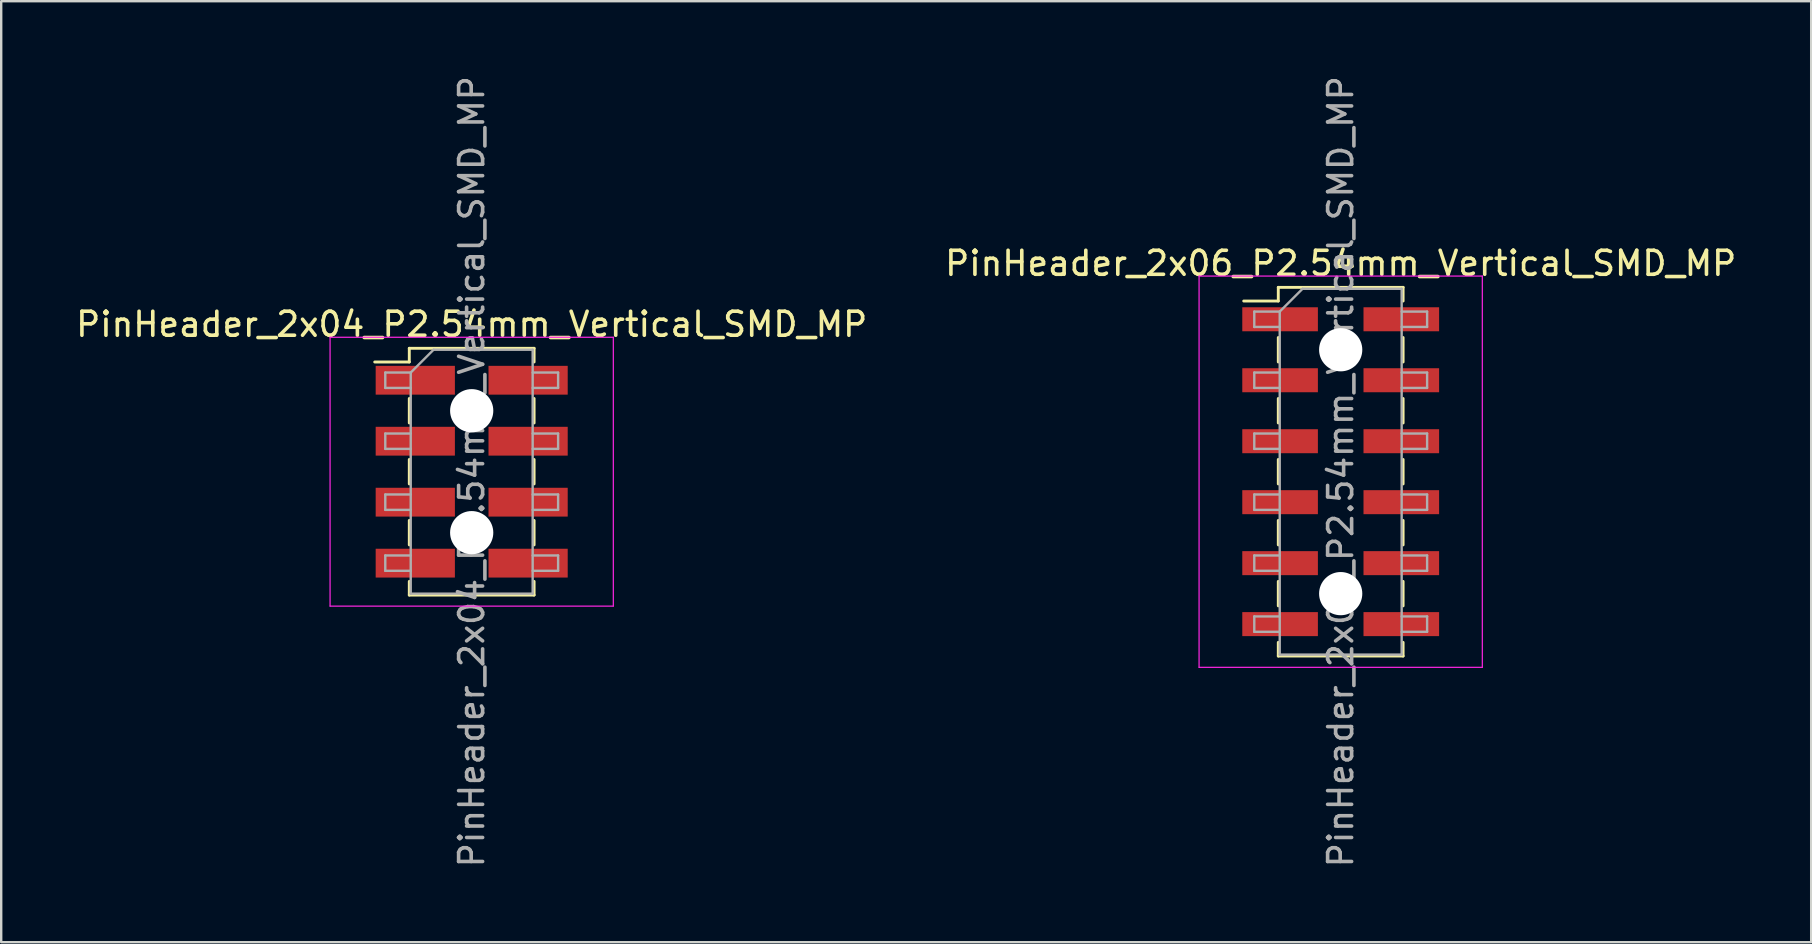
<source format=kicad_pcb>
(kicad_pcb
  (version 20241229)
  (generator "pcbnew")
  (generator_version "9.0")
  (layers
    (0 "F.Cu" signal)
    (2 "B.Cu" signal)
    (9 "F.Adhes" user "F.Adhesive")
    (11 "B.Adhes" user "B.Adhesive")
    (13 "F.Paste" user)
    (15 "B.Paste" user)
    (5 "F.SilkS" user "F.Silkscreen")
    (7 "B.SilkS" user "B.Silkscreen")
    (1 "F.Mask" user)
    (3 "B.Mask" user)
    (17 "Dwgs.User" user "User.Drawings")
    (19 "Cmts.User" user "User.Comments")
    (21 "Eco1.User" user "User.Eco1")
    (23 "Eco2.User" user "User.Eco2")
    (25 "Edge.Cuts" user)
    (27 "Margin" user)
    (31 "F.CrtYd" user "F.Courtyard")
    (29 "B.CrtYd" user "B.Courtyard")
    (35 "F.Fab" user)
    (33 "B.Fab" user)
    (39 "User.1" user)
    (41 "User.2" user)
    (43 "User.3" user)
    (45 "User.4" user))
  (footprint "PinHeader_2x04_P2.54mm_Vertical_SMD_MP"
    (layer "F.Cu")
    (at 16.601 16.601)
    (property "Reference" "PinHeader_2x04_P2.54mm_Vertical_SMD_MP" (at 0 -6.14 0) (layer "F.SilkS") (effects (font (size 1 1) (thickness 0.15))))
    (attr smd)
    (fp_line (start -4.04 -4.57) (end -2.6 -4.57) (stroke (width 0.12) (type solid)) (layer "F.SilkS"))
    (fp_line (start -2.6 -5.14) (end -2.6 -4.57) (stroke (width 0.12) (type solid)) (layer "F.SilkS"))
    (fp_line (start -2.6 -5.14) (end 2.6 -5.14) (stroke (width 0.12) (type solid)) (layer "F.SilkS"))
    (fp_line (start -2.6 -3.05) (end -2.6 -2.03) (stroke (width 0.12) (type solid)) (layer "F.SilkS"))
    (fp_line (start -2.6 -0.51) (end -2.6 0.51) (stroke (width 0.12) (type solid)) (layer "F.SilkS"))
    (fp_line (start -2.6 2.03) (end -2.6 3.05) (stroke (width 0.12) (type solid)) (layer "F.SilkS"))
    (fp_line (start -2.6 4.57) (end -2.6 5.14) (stroke (width 0.12) (type solid)) (layer "F.SilkS"))
    (fp_line (start -2.6 5.14) (end 2.6 5.14) (stroke (width 0.12) (type solid)) (layer "F.SilkS"))
    (fp_line (start 2.6 -5.14) (end 2.6 -4.57) (stroke (width 0.12) (type solid)) (layer "F.SilkS"))
    (fp_line (start 2.6 -3.05) (end 2.6 -2.03) (stroke (width 0.12) (type solid)) (layer "F.SilkS"))
    (fp_line (start 2.6 -0.51) (end 2.6 0.51) (stroke (width 0.12) (type solid)) (layer "F.SilkS"))
    (fp_line (start 2.6 2.03) (end 2.6 3.05) (stroke (width 0.12) (type solid)) (layer "F.SilkS"))
    (fp_line (start 2.6 4.57) (end 2.6 5.14) (stroke (width 0.12) (type solid)) (layer "F.SilkS"))
    (fp_line (start -5.9 -5.6) (end -5.9 5.6) (stroke (width 0.05) (type solid)) (layer "F.CrtYd"))
    (fp_line (start -5.9 5.6) (end 5.9 5.6) (stroke (width 0.05) (type solid)) (layer "F.CrtYd"))
    (fp_line (start 5.9 -5.6) (end -5.9 -5.6) (stroke (width 0.05) (type solid)) (layer "F.CrtYd"))
    (fp_line (start 5.9 5.6) (end 5.9 -5.6) (stroke (width 0.05) (type solid)) (layer "F.CrtYd"))
    (fp_line (start -3.6 -4.13) (end -3.6 -3.49) (stroke (width 0.1) (type solid)) (layer "F.Fab"))
    (fp_line (start -3.6 -3.49) (end -2.54 -3.49) (stroke (width 0.1) (type solid)) (layer "F.Fab"))
    (fp_line (start -3.6 -1.59) (end -3.6 -0.95) (stroke (width 0.1) (type solid)) (layer "F.Fab"))
    (fp_line (start -3.6 -0.95) (end -2.54 -0.95) (stroke (width 0.1) (type solid)) (layer "F.Fab"))
    (fp_line (start -3.6 0.95) (end -3.6 1.59) (stroke (width 0.1) (type solid)) (layer "F.Fab"))
    (fp_line (start -3.6 1.59) (end -2.54 1.59) (stroke (width 0.1) (type solid)) (layer "F.Fab"))
    (fp_line (start -3.6 3.49) (end -3.6 4.13) (stroke (width 0.1) (type solid)) (layer "F.Fab"))
    (fp_line (start -3.6 4.13) (end -2.54 4.13) (stroke (width 0.1) (type solid)) (layer "F.Fab"))
    (fp_line (start -2.54 -4.13) (end -3.6 -4.13) (stroke (width 0.1) (type solid)) (layer "F.Fab"))
    (fp_line (start -2.54 -4.13) (end -1.59 -5.08) (stroke (width 0.1) (type solid)) (layer "F.Fab"))
    (fp_line (start -2.54 -1.59) (end -3.6 -1.59) (stroke (width 0.1) (type solid)) (layer "F.Fab"))
    (fp_line (start -2.54 0.95) (end -3.6 0.95) (stroke (width 0.1) (type solid)) (layer "F.Fab"))
    (fp_line (start -2.54 3.49) (end -3.6 3.49) (stroke (width 0.1) (type solid)) (layer "F.Fab"))
    (fp_line (start -2.54 5.08) (end -2.54 -4.13) (stroke (width 0.1) (type solid)) (layer "F.Fab"))
    (fp_line (start -1.59 -5.08) (end 2.54 -5.08) (stroke (width 0.1) (type solid)) (layer "F.Fab"))
    (fp_line (start 2.54 -5.08) (end 2.54 5.08) (stroke (width 0.1) (type solid)) (layer "F.Fab"))
    (fp_line (start 2.54 -4.13) (end 3.6 -4.13) (stroke (width 0.1) (type solid)) (layer "F.Fab"))
    (fp_line (start 2.54 -1.59) (end 3.6 -1.59) (stroke (width 0.1) (type solid)) (layer "F.Fab"))
    (fp_line (start 2.54 0.95) (end 3.6 0.95) (stroke (width 0.1) (type solid)) (layer "F.Fab"))
    (fp_line (start 2.54 3.49) (end 3.6 3.49) (stroke (width 0.1) (type solid)) (layer "F.Fab"))
    (fp_line (start 2.54 5.08) (end -2.54 5.08) (stroke (width 0.1) (type solid)) (layer "F.Fab"))
    (fp_line (start 3.6 -4.13) (end 3.6 -3.49) (stroke (width 0.1) (type solid)) (layer "F.Fab"))
    (fp_line (start 3.6 -3.49) (end 2.54 -3.49) (stroke (width 0.1) (type solid)) (layer "F.Fab"))
    (fp_line (start 3.6 -1.59) (end 3.6 -0.95) (stroke (width 0.1) (type solid)) (layer "F.Fab"))
    (fp_line (start 3.6 -0.95) (end 2.54 -0.95) (stroke (width 0.1) (type solid)) (layer "F.Fab"))
    (fp_line (start 3.6 0.95) (end 3.6 1.59) (stroke (width 0.1) (type solid)) (layer "F.Fab"))
    (fp_line (start 3.6 1.59) (end 2.54 1.59) (stroke (width 0.1) (type solid)) (layer "F.Fab"))
    (fp_line (start 3.6 3.49) (end 3.6 4.13) (stroke (width 0.1) (type solid)) (layer "F.Fab"))
    (fp_line (start 3.6 4.13) (end 2.54 4.13) (stroke (width 0.1) (type solid)) (layer "F.Fab"))
    (fp_text user "${REFERENCE}" (at 0 0 90) (layer "F.Fab") (effects (font (size 1 1) (thickness 0.15))))
    (pad "" np_thru_hole circle (at 0 -2.54) (size 1.8 1.8) (drill 1.8) (layers "*.Cu" "*.Mask"))
    (pad "" np_thru_hole circle (at 0 2.54) (size 1.8 1.8) (drill 1.8) (layers "*.Cu" "*.Mask"))
    (pad "1" smd rect (at -2.35 -3.81) (size 3.3 1.2) (layers "F.Cu" "F.Mask" "F.Paste"))
    (pad "2" smd rect (at 2.35 -3.81) (size 3.3 1.2) (layers "F.Cu" "F.Mask" "F.Paste"))
    (pad "3" smd rect (at -2.35 -1.27) (size 3.3 1.2) (layers "F.Cu" "F.Mask" "F.Paste"))
    (pad "4" smd rect (at 2.35 -1.27) (size 3.3 1.2) (layers "F.Cu" "F.Mask" "F.Paste"))
    (pad "5" smd rect (at -2.35 1.27) (size 3.3 1.2) (layers "F.Cu" "F.Mask" "F.Paste"))
    (pad "6" smd rect (at 2.35 1.27) (size 3.3 1.2) (layers "F.Cu" "F.Mask" "F.Paste"))
    (pad "7" smd rect (at -2.35 3.81) (size 3.3 1.2) (layers "F.Cu" "F.Mask" "F.Paste"))
    (pad "8" smd rect (at 2.35 3.81) (size 3.3 1.2) (layers "F.Cu" "F.Mask" "F.Paste")))
  (footprint "PinHeader_2x06_P2.54mm_Vertical_SMD_MP"
    (layer "F.Cu")
    (at 52.804 16.601)
    (property "Reference" "PinHeader_2x06_P2.54mm_Vertical_SMD_MP" (at 0 -8.68 0) (layer "F.SilkS") (effects (font (size 1 1) (thickness 0.15))))
    (attr smd)
    (fp_line (start -4.04 -7.11) (end -2.6 -7.11) (stroke (width 0.12) (type solid)) (layer "F.SilkS"))
    (fp_line (start -2.6 -7.68) (end -2.6 -7.11) (stroke (width 0.12) (type solid)) (layer "F.SilkS"))
    (fp_line (start -2.6 -7.68) (end 2.6 -7.68) (stroke (width 0.12) (type solid)) (layer "F.SilkS"))
    (fp_line (start -2.6 -5.59) (end -2.6 -4.57) (stroke (width 0.12) (type solid)) (layer "F.SilkS"))
    (fp_line (start -2.6 -3.05) (end -2.6 -2.03) (stroke (width 0.12) (type solid)) (layer "F.SilkS"))
    (fp_line (start -2.6 -0.51) (end -2.6 0.51) (stroke (width 0.12) (type solid)) (layer "F.SilkS"))
    (fp_line (start -2.6 2.03) (end -2.6 3.05) (stroke (width 0.12) (type solid)) (layer "F.SilkS"))
    (fp_line (start -2.6 4.57) (end -2.6 5.59) (stroke (width 0.12) (type solid)) (layer "F.SilkS"))
    (fp_line (start -2.6 7.11) (end -2.6 7.68) (stroke (width 0.12) (type solid)) (layer "F.SilkS"))
    (fp_line (start -2.6 7.68) (end 2.6 7.68) (stroke (width 0.12) (type solid)) (layer "F.SilkS"))
    (fp_line (start 2.6 -7.68) (end 2.6 -7.11) (stroke (width 0.12) (type solid)) (layer "F.SilkS"))
    (fp_line (start 2.6 -5.59) (end 2.6 -4.57) (stroke (width 0.12) (type solid)) (layer "F.SilkS"))
    (fp_line (start 2.6 -3.05) (end 2.6 -2.03) (stroke (width 0.12) (type solid)) (layer "F.SilkS"))
    (fp_line (start 2.6 -0.51) (end 2.6 0.51) (stroke (width 0.12) (type solid)) (layer "F.SilkS"))
    (fp_line (start 2.6 2.03) (end 2.6 3.05) (stroke (width 0.12) (type solid)) (layer "F.SilkS"))
    (fp_line (start 2.6 4.57) (end 2.6 5.59) (stroke (width 0.12) (type solid)) (layer "F.SilkS"))
    (fp_line (start 2.6 7.11) (end 2.6 7.68) (stroke (width 0.12) (type solid)) (layer "F.SilkS"))
    (fp_line (start -5.9 -8.15) (end -5.9 8.15) (stroke (width 0.05) (type solid)) (layer "F.CrtYd"))
    (fp_line (start -5.9 8.15) (end 5.9 8.15) (stroke (width 0.05) (type solid)) (layer "F.CrtYd"))
    (fp_line (start 5.9 -8.15) (end -5.9 -8.15) (stroke (width 0.05) (type solid)) (layer "F.CrtYd"))
    (fp_line (start 5.9 8.15) (end 5.9 -8.15) (stroke (width 0.05) (type solid)) (layer "F.CrtYd"))
    (fp_line (start -3.6 -6.67) (end -3.6 -6.03) (stroke (width 0.1) (type solid)) (layer "F.Fab"))
    (fp_line (start -3.6 -6.03) (end -2.54 -6.03) (stroke (width 0.1) (type solid)) (layer "F.Fab"))
    (fp_line (start -3.6 -4.13) (end -3.6 -3.49) (stroke (width 0.1) (type solid)) (layer "F.Fab"))
    (fp_line (start -3.6 -3.49) (end -2.54 -3.49) (stroke (width 0.1) (type solid)) (layer "F.Fab"))
    (fp_line (start -3.6 -1.59) (end -3.6 -0.95) (stroke (width 0.1) (type solid)) (layer "F.Fab"))
    (fp_line (start -3.6 -0.95) (end -2.54 -0.95) (stroke (width 0.1) (type solid)) (layer "F.Fab"))
    (fp_line (start -3.6 0.95) (end -3.6 1.59) (stroke (width 0.1) (type solid)) (layer "F.Fab"))
    (fp_line (start -3.6 1.59) (end -2.54 1.59) (stroke (width 0.1) (type solid)) (layer "F.Fab"))
    (fp_line (start -3.6 3.49) (end -3.6 4.13) (stroke (width 0.1) (type solid)) (layer "F.Fab"))
    (fp_line (start -3.6 4.13) (end -2.54 4.13) (stroke (width 0.1) (type solid)) (layer "F.Fab"))
    (fp_line (start -3.6 6.03) (end -3.6 6.67) (stroke (width 0.1) (type solid)) (layer "F.Fab"))
    (fp_line (start -3.6 6.67) (end -2.54 6.67) (stroke (width 0.1) (type solid)) (layer "F.Fab"))
    (fp_line (start -2.54 -6.67) (end -3.6 -6.67) (stroke (width 0.1) (type solid)) (layer "F.Fab"))
    (fp_line (start -2.54 -6.67) (end -1.59 -7.62) (stroke (width 0.1) (type solid)) (layer "F.Fab"))
    (fp_line (start -2.54 -4.13) (end -3.6 -4.13) (stroke (width 0.1) (type solid)) (layer "F.Fab"))
    (fp_line (start -2.54 -1.59) (end -3.6 -1.59) (stroke (width 0.1) (type solid)) (layer "F.Fab"))
    (fp_line (start -2.54 0.95) (end -3.6 0.95) (stroke (width 0.1) (type solid)) (layer "F.Fab"))
    (fp_line (start -2.54 3.49) (end -3.6 3.49) (stroke (width 0.1) (type solid)) (layer "F.Fab"))
    (fp_line (start -2.54 6.03) (end -3.6 6.03) (stroke (width 0.1) (type solid)) (layer "F.Fab"))
    (fp_line (start -2.54 7.62) (end -2.54 -6.67) (stroke (width 0.1) (type solid)) (layer "F.Fab"))
    (fp_line (start -1.59 -7.62) (end 2.54 -7.62) (stroke (width 0.1) (type solid)) (layer "F.Fab"))
    (fp_line (start 2.54 -7.62) (end 2.54 7.62) (stroke (width 0.1) (type solid)) (layer "F.Fab"))
    (fp_line (start 2.54 -6.67) (end 3.6 -6.67) (stroke (width 0.1) (type solid)) (layer "F.Fab"))
    (fp_line (start 2.54 -4.13) (end 3.6 -4.13) (stroke (width 0.1) (type solid)) (layer "F.Fab"))
    (fp_line (start 2.54 -1.59) (end 3.6 -1.59) (stroke (width 0.1) (type solid)) (layer "F.Fab"))
    (fp_line (start 2.54 0.95) (end 3.6 0.95) (stroke (width 0.1) (type solid)) (layer "F.Fab"))
    (fp_line (start 2.54 3.49) (end 3.6 3.49) (stroke (width 0.1) (type solid)) (layer "F.Fab"))
    (fp_line (start 2.54 6.03) (end 3.6 6.03) (stroke (width 0.1) (type solid)) (layer "F.Fab"))
    (fp_line (start 2.54 7.62) (end -2.54 7.62) (stroke (width 0.1) (type solid)) (layer "F.Fab"))
    (fp_line (start 3.6 -6.67) (end 3.6 -6.03) (stroke (width 0.1) (type solid)) (layer "F.Fab"))
    (fp_line (start 3.6 -6.03) (end 2.54 -6.03) (stroke (width 0.1) (type solid)) (layer "F.Fab"))
    (fp_line (start 3.6 -4.13) (end 3.6 -3.49) (stroke (width 0.1) (type solid)) (layer "F.Fab"))
    (fp_line (start 3.6 -3.49) (end 2.54 -3.49) (stroke (width 0.1) (type solid)) (layer "F.Fab"))
    (fp_line (start 3.6 -1.59) (end 3.6 -0.95) (stroke (width 0.1) (type solid)) (layer "F.Fab"))
    (fp_line (start 3.6 -0.95) (end 2.54 -0.95) (stroke (width 0.1) (type solid)) (layer "F.Fab"))
    (fp_line (start 3.6 0.95) (end 3.6 1.59) (stroke (width 0.1) (type solid)) (layer "F.Fab"))
    (fp_line (start 3.6 1.59) (end 2.54 1.59) (stroke (width 0.1) (type solid)) (layer "F.Fab"))
    (fp_line (start 3.6 3.49) (end 3.6 4.13) (stroke (width 0.1) (type solid)) (layer "F.Fab"))
    (fp_line (start 3.6 4.13) (end 2.54 4.13) (stroke (width 0.1) (type solid)) (layer "F.Fab"))
    (fp_line (start 3.6 6.03) (end 3.6 6.67) (stroke (width 0.1) (type solid)) (layer "F.Fab"))
    (fp_line (start 3.6 6.67) (end 2.54 6.67) (stroke (width 0.1) (type solid)) (layer "F.Fab"))
    (fp_text user "${REFERENCE}" (at 0 0 90) (layer "F.Fab") (effects (font (size 1 1) (thickness 0.15))))
    (pad "" np_thru_hole circle (at 0 -5.08) (size 1.8 1.8) (drill 1.8) (layers "*.Cu" "*.Mask"))
    (pad "" np_thru_hole circle (at 0 5.08) (size 1.8 1.8) (drill 1.8) (layers "*.Cu" "*.Mask"))
    (pad "1" smd rect (at -2.525 -6.35) (size 3.15 1) (layers "F.Cu" "F.Mask" "F.Paste"))
    (pad "2" smd rect (at 2.525 -6.35) (size 3.15 1) (layers "F.Cu" "F.Mask" "F.Paste"))
    (pad "3" smd rect (at -2.525 -3.81) (size 3.15 1) (layers "F.Cu" "F.Mask" "F.Paste"))
    (pad "4" smd rect (at 2.525 -3.81) (size 3.15 1) (layers "F.Cu" "F.Mask" "F.Paste"))
    (pad "5" smd rect (at -2.525 -1.27) (size 3.15 1) (layers "F.Cu" "F.Mask" "F.Paste"))
    (pad "6" smd rect (at 2.525 -1.27) (size 3.15 1) (layers "F.Cu" "F.Mask" "F.Paste"))
    (pad "7" smd rect (at -2.525 1.27) (size 3.15 1) (layers "F.Cu" "F.Mask" "F.Paste"))
    (pad "8" smd rect (at 2.525 1.27) (size 3.15 1) (layers "F.Cu" "F.Mask" "F.Paste"))
    (pad "9" smd rect (at -2.525 3.81) (size 3.15 1) (layers "F.Cu" "F.Mask" "F.Paste"))
    (pad "10" smd rect (at 2.525 3.81) (size 3.15 1) (layers "F.Cu" "F.Mask" "F.Paste"))
    (pad "11" smd rect (at -2.525 6.35) (size 3.15 1) (layers "F.Cu" "F.Mask" "F.Paste"))
    (pad "12" smd rect (at 2.525 6.35) (size 3.15 1) (layers "F.Cu" "F.Mask" "F.Paste")))
  (gr_rect
    (start -3 -3)
    (end 72.405 36.202)
    (stroke (width 0.1) (type default))
    (fill no)
    (layer "Edge.Cuts")))
</source>
